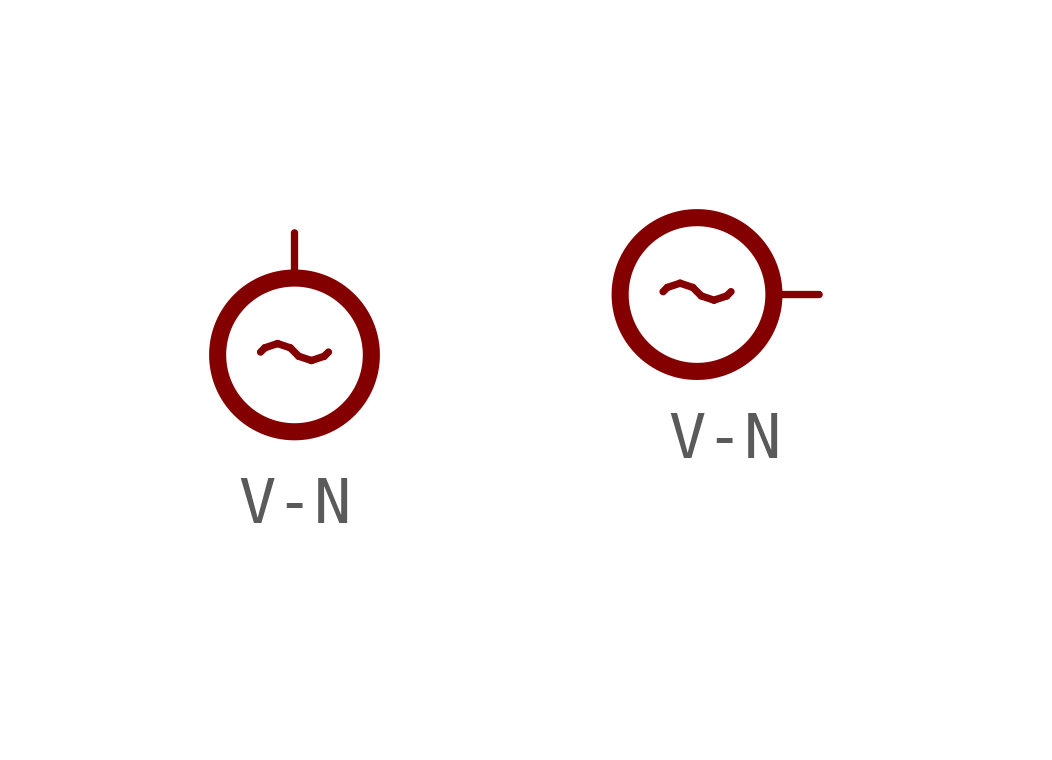
<source format=kicad_sym>
(kicad_symbol_lib
  (version 20211014)
  (generator kicad_symbol_editor)
  (symbol "V-N"
    (power)
    (pin_numbers hide)
    (pin_names
      (offset 1.27) hide)
    (property "Reference" "#PWR"
      (at 5.08 0 0)
      (effects (font (size 1.27 1.27)) (justify left) hide))
    (symbol "V-N_1_0"
      (pin power_in line (at 0 0 0) (length 0) hide (name "N" (effects (font (size 1.27 1.27)))) (number "0" (effects (font (size 0 0))))))
    (symbol "V-N_1_1"
      (circle (center 0 -2.54) (radius 1.6) (stroke (width 0.356) (type default) (color 0 0 0 0)) (fill (type none)))
      (polyline (pts (xy 0 -0.889) (xy 0 0)) (stroke (width 0) (type default) (color 0 0 0 0)) (fill (type none)))
      (text "∼" (at 0 -2.337 0) (effects (font (size 1.854 1.854)))))
    (symbol "V-N_1_2"
      (circle (center -2.54 0) (radius 1.6) (stroke (width 0.356) (type default) (color 0 0 0 0)) (fill (type none)))
      (polyline (pts (xy -0.889 0) (xy 0 0)) (stroke (width 0) (type default) (color 0 0 0 0)) (fill (type none)))
      (text "∼" (at -2.54 0.203 0) (effects (font (size 1.854 1.854)))))))
</source>
